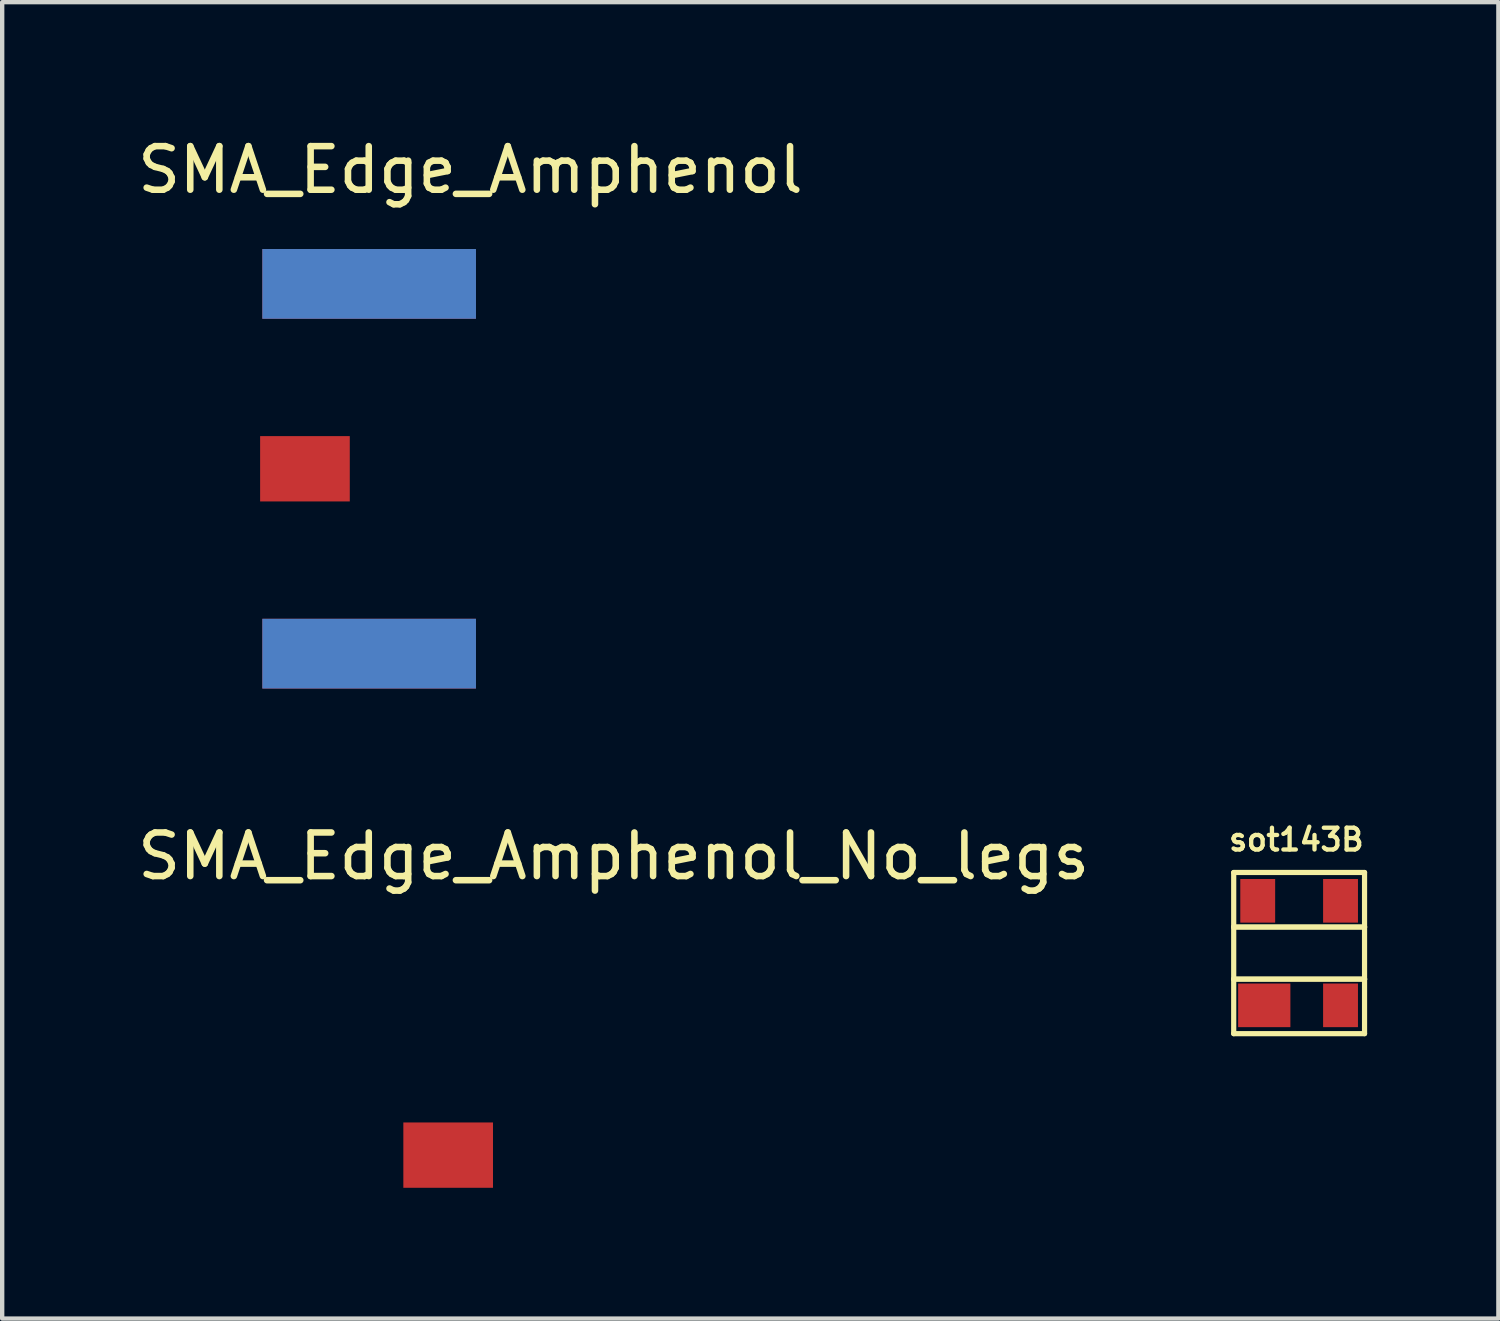
<source format=kicad_pcb>
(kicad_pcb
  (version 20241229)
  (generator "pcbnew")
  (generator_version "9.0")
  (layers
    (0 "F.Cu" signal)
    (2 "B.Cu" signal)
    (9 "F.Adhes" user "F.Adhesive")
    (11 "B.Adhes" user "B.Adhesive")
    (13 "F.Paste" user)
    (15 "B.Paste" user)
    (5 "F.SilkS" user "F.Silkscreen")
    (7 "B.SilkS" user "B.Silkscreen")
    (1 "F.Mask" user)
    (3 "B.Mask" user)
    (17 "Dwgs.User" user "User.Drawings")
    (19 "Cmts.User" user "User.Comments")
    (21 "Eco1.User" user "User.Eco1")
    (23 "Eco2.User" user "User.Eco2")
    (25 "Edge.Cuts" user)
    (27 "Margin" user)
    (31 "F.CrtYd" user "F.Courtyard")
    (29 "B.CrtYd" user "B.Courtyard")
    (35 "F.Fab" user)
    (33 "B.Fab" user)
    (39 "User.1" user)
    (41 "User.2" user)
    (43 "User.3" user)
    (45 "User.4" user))
  (footprint "sot143B"
    (placed yes)
    (layer "F.Cu")
    (at 26.758 18.818)
    (property "Reference" "sot143B" (at -0.064 -2.603 0) (layer "F.SilkS") (effects (font (size 0.5 0.5) (thickness 0.099))))
    (attr smd)
    (fp_line (start -1.501 -1.849) (end 1.501 -1.849) (stroke (width 0.119) (type solid)) (layer "F.SilkS"))
    (fp_line (start -1.501 -0.599) (end -1.501 -1.849) (stroke (width 0.119) (type solid)) (layer "F.SilkS"))
    (fp_line (start -1.501 -0.599) (end -1.501 0.599) (stroke (width 0.119) (type solid)) (layer "F.SilkS"))
    (fp_line (start -1.501 1.849) (end -1.501 0.599) (stroke (width 0.119) (type solid)) (layer "F.SilkS"))
    (fp_line (start -1.499 -0.597) (end 1.499 -0.597) (stroke (width 0.127) (type solid)) (layer "F.SilkS"))
    (fp_line (start 1.499 0.597) (end -1.499 0.597) (stroke (width 0.127) (type solid)) (layer "F.SilkS"))
    (fp_line (start 1.501 -1.849) (end 1.501 -0.599) (stroke (width 0.119) (type solid)) (layer "F.SilkS"))
    (fp_line (start 1.501 -0.599) (end 1.501 0.599) (stroke (width 0.119) (type solid)) (layer "F.SilkS"))
    (fp_line (start 1.501 0.599) (end 1.501 1.849) (stroke (width 0.119) (type solid)) (layer "F.SilkS"))
    (fp_line (start 1.501 1.849) (end -1.501 1.849) (stroke (width 0.119) (type solid)) (layer "F.SilkS"))
    (pad "1" smd rect (at 0.95 -1.199) (size 0.8 1.001) (layers "F.Cu" "F.Mask" "F.Paste"))
    (pad "2" smd rect (at 0.95 1.199) (size 0.8 1.001) (layers "F.Cu" "F.Mask" "F.Paste"))
    (pad "3" smd rect (at -0.8 1.199) (size 1.199 1.001) (layers "F.Cu" "F.Mask" "F.Paste"))
    (pad "4" smd rect (at -0.95 -1.199) (size 0.8 1.001) (layers "F.Cu" "F.Mask" "F.Paste")))
  (footprint "SMA_Edge_Amphenol_No_legs"
    (placed yes)
    (layer "F.Cu")
    (at 5.95 23.454)
    (property "Reference" "SMA_Edge_Amphenol_No_legs" (at 5.08 -6.858 0) (layer "F.SilkS") (effects (font (size 1 1) (thickness 0.15))))
    (attr through_hole)
    (pad "1" smd rect (at 1.283 0) (size 2.057 1.499) (layers "F.Cu" "F.Mask" "F.Paste")))
  (footprint "SMA_Edge_Amphenol"
    (placed yes)
    (layer "F.Cu")
    (at 2.664 7.706)
    (property "Reference" "SMA_Edge_Amphenol" (at 5.08 -6.858 0) (layer "F.SilkS") (effects (font (size 1 1) (thickness 0.15))))
    (attr through_hole)
    (pad "1" smd rect (at 1.283 0) (size 2.057 1.499) (layers "F.Cu" "F.Mask" "F.Paste"))
    (pad "2" smd rect (at 2.756 4.242) (size 4.902 1.6) (layers "F.Cu" "F.Mask" "F.Paste"))
    (pad "3" smd rect (at 2.756 -4.242) (size 4.902 1.6) (layers "F.Cu" "F.Mask" "F.Paste"))
    (pad "4" smd rect (at 2.756 4.242) (size 4.902 1.6) (layers "F.Mask" "B.Cu" "F.Paste"))
    (pad "5" smd rect (at 2.756 -4.242) (size 4.902 1.6) (layers "F.Mask" "B.Cu" "F.Paste")))
  (gr_rect
    (start -3 -3)
    (end 31.33 27.204)
    (stroke (width 0.1) (type default))
    (fill no)
    (layer "Edge.Cuts")))
</source>
